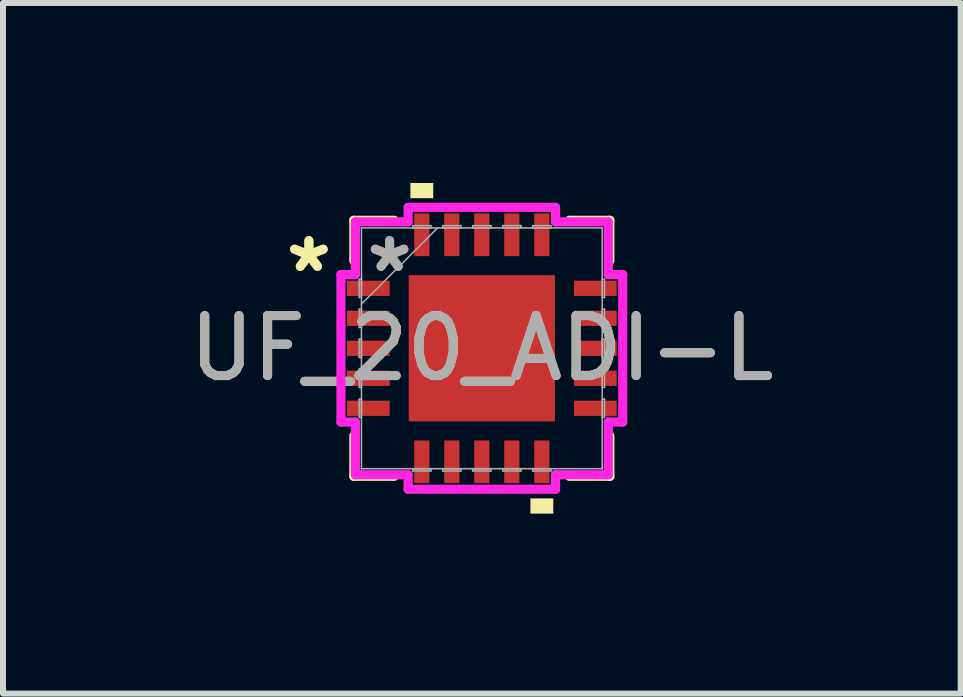
<source format=kicad_pcb>
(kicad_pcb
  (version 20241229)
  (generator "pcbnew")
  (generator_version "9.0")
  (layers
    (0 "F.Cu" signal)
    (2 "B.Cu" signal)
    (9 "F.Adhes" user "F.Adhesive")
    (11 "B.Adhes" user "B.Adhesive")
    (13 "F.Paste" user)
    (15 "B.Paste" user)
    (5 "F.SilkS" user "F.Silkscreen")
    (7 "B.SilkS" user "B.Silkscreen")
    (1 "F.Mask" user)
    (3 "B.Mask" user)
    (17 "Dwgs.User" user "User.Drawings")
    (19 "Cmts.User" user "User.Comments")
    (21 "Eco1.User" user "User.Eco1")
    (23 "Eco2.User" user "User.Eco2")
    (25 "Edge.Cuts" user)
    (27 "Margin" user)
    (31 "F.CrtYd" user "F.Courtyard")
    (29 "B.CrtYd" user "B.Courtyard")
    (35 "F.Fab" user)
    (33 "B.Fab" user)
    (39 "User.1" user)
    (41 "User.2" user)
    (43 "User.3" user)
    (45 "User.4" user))
  (footprint "UF_20_ADI-L"
    (layer "F.Cu")
    (at 4.982 2.756)
    (property "Reference" "UF_20_ADI-L" (at 0 0 0) (unlocked yes) (layer "F.SilkS") (effects (font (size 1 1) (thickness 0.15))))
    (attr smd)
    (fp_line (start -2.134 -2.134) (end -2.134 -1.46) (stroke (width 0.152) (type solid)) (layer "F.SilkS"))
    (fp_line (start -2.134 1.46) (end -2.134 2.134) (stroke (width 0.152) (type solid)) (layer "F.SilkS"))
    (fp_line (start -2.134 2.134) (end -1.46 2.134) (stroke (width 0.152) (type solid)) (layer "F.SilkS"))
    (fp_line (start -1.46 -2.134) (end -2.134 -2.134) (stroke (width 0.152) (type solid)) (layer "F.SilkS"))
    (fp_line (start 1.46 2.134) (end 2.134 2.134) (stroke (width 0.152) (type solid)) (layer "F.SilkS"))
    (fp_line (start 2.134 -2.134) (end 1.46 -2.134) (stroke (width 0.152) (type solid)) (layer "F.SilkS"))
    (fp_line (start 2.134 -1.46) (end 2.134 -2.134) (stroke (width 0.152) (type solid)) (layer "F.SilkS"))
    (fp_line (start 2.134 2.134) (end 2.134 1.46) (stroke (width 0.152) (type solid)) (layer "F.SilkS"))
    (fp_poly (pts (xy -1.191 -2.502) (xy -1.191 -2.756) (xy -0.81 -2.756) (xy -0.81 -2.502)) (stroke (width 0) (type solid)) (fill yes) (layer "F.SilkS"))
    (fp_poly (pts (xy 0.81 2.502) (xy 0.81 2.756) (xy 1.191 2.756) (xy 1.191 2.502)) (stroke (width 0) (type solid)) (fill yes) (layer "F.SilkS"))
    (fp_line (start -2.349 -1.229) (end -2.108 -1.229) (stroke (width 0.152) (type solid)) (layer "F.CrtYd"))
    (fp_line (start -2.349 1.229) (end -2.349 -1.229) (stroke (width 0.152) (type solid)) (layer "F.CrtYd"))
    (fp_line (start -2.108 -2.108) (end -1.229 -2.108) (stroke (width 0.152) (type solid)) (layer "F.CrtYd"))
    (fp_line (start -2.108 -1.229) (end -2.108 -2.108) (stroke (width 0.152) (type solid)) (layer "F.CrtYd"))
    (fp_line (start -2.108 1.229) (end -2.349 1.229) (stroke (width 0.152) (type solid)) (layer "F.CrtYd"))
    (fp_line (start -2.108 2.108) (end -2.108 1.229) (stroke (width 0.152) (type solid)) (layer "F.CrtYd"))
    (fp_line (start -1.229 -2.349) (end 1.229 -2.349) (stroke (width 0.152) (type solid)) (layer "F.CrtYd"))
    (fp_line (start -1.229 -2.108) (end -1.229 -2.349) (stroke (width 0.152) (type solid)) (layer "F.CrtYd"))
    (fp_line (start -1.229 2.108) (end -2.108 2.108) (stroke (width 0.152) (type solid)) (layer "F.CrtYd"))
    (fp_line (start -1.229 2.349) (end -1.229 2.108) (stroke (width 0.152) (type solid)) (layer "F.CrtYd"))
    (fp_line (start 1.229 -2.349) (end 1.229 -2.108) (stroke (width 0.152) (type solid)) (layer "F.CrtYd"))
    (fp_line (start 1.229 -2.108) (end 2.108 -2.108) (stroke (width 0.152) (type solid)) (layer "F.CrtYd"))
    (fp_line (start 1.229 2.108) (end 1.229 2.349) (stroke (width 0.152) (type solid)) (layer "F.CrtYd"))
    (fp_line (start 1.229 2.349) (end -1.229 2.349) (stroke (width 0.152) (type solid)) (layer "F.CrtYd"))
    (fp_line (start 2.108 -2.108) (end 2.108 -1.229) (stroke (width 0.152) (type solid)) (layer "F.CrtYd"))
    (fp_line (start 2.108 -1.229) (end 2.349 -1.229) (stroke (width 0.152) (type solid)) (layer "F.CrtYd"))
    (fp_line (start 2.108 1.229) (end 2.108 2.108) (stroke (width 0.152) (type solid)) (layer "F.CrtYd"))
    (fp_line (start 2.108 2.108) (end 1.229 2.108) (stroke (width 0.152) (type solid)) (layer "F.CrtYd"))
    (fp_line (start 2.349 -1.229) (end 2.349 1.229) (stroke (width 0.152) (type solid)) (layer "F.CrtYd"))
    (fp_line (start 2.349 1.229) (end 2.108 1.229) (stroke (width 0.152) (type solid)) (layer "F.CrtYd"))
    (fp_line (start -2.045 -1.152) (end -2.045 -0.848) (stroke (width 0.025) (type solid)) (layer "F.Fab"))
    (fp_line (start -2.045 -0.848) (end -2.007 -0.848) (stroke (width 0.025) (type solid)) (layer "F.Fab"))
    (fp_line (start -2.045 -0.652) (end -2.045 -0.348) (stroke (width 0.025) (type solid)) (layer "F.Fab"))
    (fp_line (start -2.045 -0.348) (end -2.007 -0.348) (stroke (width 0.025) (type solid)) (layer "F.Fab"))
    (fp_line (start -2.045 -0.152) (end -2.045 0.152) (stroke (width 0.025) (type solid)) (layer "F.Fab"))
    (fp_line (start -2.045 0.152) (end -2.007 0.152) (stroke (width 0.025) (type solid)) (layer "F.Fab"))
    (fp_line (start -2.045 0.348) (end -2.045 0.652) (stroke (width 0.025) (type solid)) (layer "F.Fab"))
    (fp_line (start -2.045 0.652) (end -2.007 0.652) (stroke (width 0.025) (type solid)) (layer "F.Fab"))
    (fp_line (start -2.045 0.848) (end -2.045 1.152) (stroke (width 0.025) (type solid)) (layer "F.Fab"))
    (fp_line (start -2.045 1.152) (end -2.007 1.152) (stroke (width 0.025) (type solid)) (layer "F.Fab"))
    (fp_line (start -2.007 -2.007) (end -2.007 -2.007) (stroke (width 0.025) (type solid)) (layer "F.Fab"))
    (fp_line (start -2.007 -2.007) (end -2.007 2.007) (stroke (width 0.025) (type solid)) (layer "F.Fab"))
    (fp_line (start -2.007 -1.152) (end -2.045 -1.152) (stroke (width 0.025) (type solid)) (layer "F.Fab"))
    (fp_line (start -2.007 -0.848) (end -2.007 -1.152) (stroke (width 0.025) (type solid)) (layer "F.Fab"))
    (fp_line (start -2.007 -0.737) (end -0.737 -2.007) (stroke (width 0.025) (type solid)) (layer "F.Fab"))
    (fp_line (start -2.007 -0.652) (end -2.045 -0.652) (stroke (width 0.025) (type solid)) (layer "F.Fab"))
    (fp_line (start -2.007 -0.348) (end -2.007 -0.652) (stroke (width 0.025) (type solid)) (layer "F.Fab"))
    (fp_line (start -2.007 -0.152) (end -2.045 -0.152) (stroke (width 0.025) (type solid)) (layer "F.Fab"))
    (fp_line (start -2.007 0.152) (end -2.007 -0.152) (stroke (width 0.025) (type solid)) (layer "F.Fab"))
    (fp_line (start -2.007 0.348) (end -2.045 0.348) (stroke (width 0.025) (type solid)) (layer "F.Fab"))
    (fp_line (start -2.007 0.652) (end -2.007 0.348) (stroke (width 0.025) (type solid)) (layer "F.Fab"))
    (fp_line (start -2.007 0.848) (end -2.045 0.848) (stroke (width 0.025) (type solid)) (layer "F.Fab"))
    (fp_line (start -2.007 1.152) (end -2.007 0.848) (stroke (width 0.025) (type solid)) (layer "F.Fab"))
    (fp_line (start -2.007 2.007) (end -2.007 2.007) (stroke (width 0.025) (type solid)) (layer "F.Fab"))
    (fp_line (start -2.007 2.007) (end 2.007 2.007) (stroke (width 0.025) (type solid)) (layer "F.Fab"))
    (fp_line (start -1.152 -2.045) (end -1.152 -2.007) (stroke (width 0.025) (type solid)) (layer "F.Fab"))
    (fp_line (start -1.152 -2.007) (end -0.848 -2.007) (stroke (width 0.025) (type solid)) (layer "F.Fab"))
    (fp_line (start -1.152 2.007) (end -1.152 2.045) (stroke (width 0.025) (type solid)) (layer "F.Fab"))
    (fp_line (start -1.152 2.045) (end -0.848 2.045) (stroke (width 0.025) (type solid)) (layer "F.Fab"))
    (fp_line (start -0.848 -2.045) (end -1.152 -2.045) (stroke (width 0.025) (type solid)) (layer "F.Fab"))
    (fp_line (start -0.848 -2.007) (end -0.848 -2.045) (stroke (width 0.025) (type solid)) (layer "F.Fab"))
    (fp_line (start -0.848 2.007) (end -1.152 2.007) (stroke (width 0.025) (type solid)) (layer "F.Fab"))
    (fp_line (start -0.848 2.045) (end -0.848 2.007) (stroke (width 0.025) (type solid)) (layer "F.Fab"))
    (fp_line (start -0.652 -2.045) (end -0.652 -2.007) (stroke (width 0.025) (type solid)) (layer "F.Fab"))
    (fp_line (start -0.652 -2.007) (end -0.348 -2.007) (stroke (width 0.025) (type solid)) (layer "F.Fab"))
    (fp_line (start -0.652 2.007) (end -0.652 2.045) (stroke (width 0.025) (type solid)) (layer "F.Fab"))
    (fp_line (start -0.652 2.045) (end -0.348 2.045) (stroke (width 0.025) (type solid)) (layer "F.Fab"))
    (fp_line (start -0.348 -2.045) (end -0.652 -2.045) (stroke (width 0.025) (type solid)) (layer "F.Fab"))
    (fp_line (start -0.348 -2.007) (end -0.348 -2.045) (stroke (width 0.025) (type solid)) (layer "F.Fab"))
    (fp_line (start -0.348 2.007) (end -0.652 2.007) (stroke (width 0.025) (type solid)) (layer "F.Fab"))
    (fp_line (start -0.348 2.045) (end -0.348 2.007) (stroke (width 0.025) (type solid)) (layer "F.Fab"))
    (fp_line (start -0.152 -2.045) (end -0.152 -2.007) (stroke (width 0.025) (type solid)) (layer "F.Fab"))
    (fp_line (start -0.152 -2.007) (end 0.152 -2.007) (stroke (width 0.025) (type solid)) (layer "F.Fab"))
    (fp_line (start -0.152 2.007) (end -0.152 2.045) (stroke (width 0.025) (type solid)) (layer "F.Fab"))
    (fp_line (start -0.152 2.045) (end 0.152 2.045) (stroke (width 0.025) (type solid)) (layer "F.Fab"))
    (fp_line (start 0.152 -2.045) (end -0.152 -2.045) (stroke (width 0.025) (type solid)) (layer "F.Fab"))
    (fp_line (start 0.152 -2.007) (end 0.152 -2.045) (stroke (width 0.025) (type solid)) (layer "F.Fab"))
    (fp_line (start 0.152 2.007) (end -0.152 2.007) (stroke (width 0.025) (type solid)) (layer "F.Fab"))
    (fp_line (start 0.152 2.045) (end 0.152 2.007) (stroke (width 0.025) (type solid)) (layer "F.Fab"))
    (fp_line (start 0.348 -2.045) (end 0.348 -2.007) (stroke (width 0.025) (type solid)) (layer "F.Fab"))
    (fp_line (start 0.348 -2.007) (end 0.652 -2.007) (stroke (width 0.025) (type solid)) (layer "F.Fab"))
    (fp_line (start 0.348 2.007) (end 0.348 2.045) (stroke (width 0.025) (type solid)) (layer "F.Fab"))
    (fp_line (start 0.348 2.045) (end 0.652 2.045) (stroke (width 0.025) (type solid)) (layer "F.Fab"))
    (fp_line (start 0.652 -2.045) (end 0.348 -2.045) (stroke (width 0.025) (type solid)) (layer "F.Fab"))
    (fp_line (start 0.652 -2.007) (end 0.652 -2.045) (stroke (width 0.025) (type solid)) (layer "F.Fab"))
    (fp_line (start 0.652 2.007) (end 0.348 2.007) (stroke (width 0.025) (type solid)) (layer "F.Fab"))
    (fp_line (start 0.652 2.045) (end 0.652 2.007) (stroke (width 0.025) (type solid)) (layer "F.Fab"))
    (fp_line (start 0.848 -2.045) (end 0.848 -2.007) (stroke (width 0.025) (type solid)) (layer "F.Fab"))
    (fp_line (start 0.848 -2.007) (end 1.152 -2.007) (stroke (width 0.025) (type solid)) (layer "F.Fab"))
    (fp_line (start 0.848 2.007) (end 0.848 2.045) (stroke (width 0.025) (type solid)) (layer "F.Fab"))
    (fp_line (start 0.848 2.045) (end 1.152 2.045) (stroke (width 0.025) (type solid)) (layer "F.Fab"))
    (fp_line (start 1.152 -2.045) (end 0.848 -2.045) (stroke (width 0.025) (type solid)) (layer "F.Fab"))
    (fp_line (start 1.152 -2.007) (end 1.152 -2.045) (stroke (width 0.025) (type solid)) (layer "F.Fab"))
    (fp_line (start 1.152 2.007) (end 0.848 2.007) (stroke (width 0.025) (type solid)) (layer "F.Fab"))
    (fp_line (start 1.152 2.045) (end 1.152 2.007) (stroke (width 0.025) (type solid)) (layer "F.Fab"))
    (fp_line (start 2.007 -2.007) (end -2.007 -2.007) (stroke (width 0.025) (type solid)) (layer "F.Fab"))
    (fp_line (start 2.007 -2.007) (end 2.007 -2.007) (stroke (width 0.025) (type solid)) (layer "F.Fab"))
    (fp_line (start 2.007 -1.152) (end 2.007 -0.848) (stroke (width 0.025) (type solid)) (layer "F.Fab"))
    (fp_line (start 2.007 -0.848) (end 2.045 -0.848) (stroke (width 0.025) (type solid)) (layer "F.Fab"))
    (fp_line (start 2.007 -0.652) (end 2.007 -0.348) (stroke (width 0.025) (type solid)) (layer "F.Fab"))
    (fp_line (start 2.007 -0.348) (end 2.045 -0.348) (stroke (width 0.025) (type solid)) (layer "F.Fab"))
    (fp_line (start 2.007 -0.152) (end 2.007 0.152) (stroke (width 0.025) (type solid)) (layer "F.Fab"))
    (fp_line (start 2.007 0.152) (end 2.045 0.152) (stroke (width 0.025) (type solid)) (layer "F.Fab"))
    (fp_line (start 2.007 0.348) (end 2.007 0.652) (stroke (width 0.025) (type solid)) (layer "F.Fab"))
    (fp_line (start 2.007 0.652) (end 2.045 0.652) (stroke (width 0.025) (type solid)) (layer "F.Fab"))
    (fp_line (start 2.007 0.848) (end 2.007 1.152) (stroke (width 0.025) (type solid)) (layer "F.Fab"))
    (fp_line (start 2.007 1.152) (end 2.045 1.152) (stroke (width 0.025) (type solid)) (layer "F.Fab"))
    (fp_line (start 2.007 2.007) (end 2.007 -2.007) (stroke (width 0.025) (type solid)) (layer "F.Fab"))
    (fp_line (start 2.007 2.007) (end 2.007 2.007) (stroke (width 0.025) (type solid)) (layer "F.Fab"))
    (fp_line (start 2.045 -1.152) (end 2.007 -1.152) (stroke (width 0.025) (type solid)) (layer "F.Fab"))
    (fp_line (start 2.045 -0.848) (end 2.045 -1.152) (stroke (width 0.025) (type solid)) (layer "F.Fab"))
    (fp_line (start 2.045 -0.652) (end 2.007 -0.652) (stroke (width 0.025) (type solid)) (layer "F.Fab"))
    (fp_line (start 2.045 -0.348) (end 2.045 -0.652) (stroke (width 0.025) (type solid)) (layer "F.Fab"))
    (fp_line (start 2.045 -0.152) (end 2.007 -0.152) (stroke (width 0.025) (type solid)) (layer "F.Fab"))
    (fp_line (start 2.045 0.152) (end 2.045 -0.152) (stroke (width 0.025) (type solid)) (layer "F.Fab"))
    (fp_line (start 2.045 0.348) (end 2.007 0.348) (stroke (width 0.025) (type solid)) (layer "F.Fab"))
    (fp_line (start 2.045 0.652) (end 2.045 0.348) (stroke (width 0.025) (type solid)) (layer "F.Fab"))
    (fp_line (start 2.045 0.848) (end 2.007 0.848) (stroke (width 0.025) (type solid)) (layer "F.Fab"))
    (fp_line (start 2.045 1.152) (end 2.045 0.848) (stroke (width 0.025) (type solid)) (layer "F.Fab"))
    (fp_text user "*" (at -2.883 -1.25 0) (unlocked yes) (layer "F.SilkS") (effects (font (size 1 1) (thickness 0.15))))
    (fp_text user "*" (at -2.883 -1.25 0) (layer "F.SilkS") (effects (font (size 1 1) (thickness 0.15))))
    (fp_text user "${REFERENCE}" (at 0 0 0) (unlocked yes) (layer "F.Fab") (effects (font (size 1 1) (thickness 0.15))))
    (fp_text user "*" (at -1.537 -1.25 0) (unlocked yes) (layer "F.Fab") (effects (font (size 1 1) (thickness 0.15))))
    (fp_text user "*" (at -1.537 -1.25 0) (layer "F.Fab") (effects (font (size 1 1) (thickness 0.15))))
    (pad "1" smd rect (at -1.892 -1 90) (size 0.254 0.711) (layers "F.Cu" "F.Mask" "F.Paste"))
    (pad "2" smd rect (at -1.892 -0.5 90) (size 0.254 0.711) (layers "F.Cu" "F.Mask" "F.Paste"))
    (pad "3" smd rect (at -1.892 0 90) (size 0.254 0.711) (layers "F.Cu" "F.Mask" "F.Paste"))
    (pad "4" smd rect (at -1.892 0.5 90) (size 0.254 0.711) (layers "F.Cu" "F.Mask" "F.Paste"))
    (pad "5" smd rect (at -1.892 1 90) (size 0.254 0.711) (layers "F.Cu" "F.Mask" "F.Paste"))
    (pad "6" smd rect (at -1 1.892) (size 0.254 0.711) (layers "F.Cu" "F.Mask" "F.Paste"))
    (pad "7" smd rect (at -0.5 1.892) (size 0.254 0.711) (layers "F.Cu" "F.Mask" "F.Paste"))
    (pad "8" smd rect (at 0 1.892) (size 0.254 0.711) (layers "F.Cu" "F.Mask" "F.Paste"))
    (pad "9" smd rect (at 0.5 1.892) (size 0.254 0.711) (layers "F.Cu" "F.Mask" "F.Paste"))
    (pad "10" smd rect (at 1 1.892) (size 0.254 0.711) (layers "F.Cu" "F.Mask" "F.Paste"))
    (pad "11" smd rect (at 1.892 1 90) (size 0.254 0.711) (layers "F.Cu" "F.Mask" "F.Paste"))
    (pad "12" smd rect (at 1.892 0.5 90) (size 0.254 0.711) (layers "F.Cu" "F.Mask" "F.Paste"))
    (pad "13" smd rect (at 1.892 0 90) (size 0.254 0.711) (layers "F.Cu" "F.Mask" "F.Paste"))
    (pad "14" smd rect (at 1.892 -0.5 90) (size 0.254 0.711) (layers "F.Cu" "F.Mask" "F.Paste"))
    (pad "15" smd rect (at 1.892 -1 90) (size 0.254 0.711) (layers "F.Cu" "F.Mask" "F.Paste"))
    (pad "16" smd rect (at 1 -1.892) (size 0.254 0.711) (layers "F.Cu" "F.Mask" "F.Paste"))
    (pad "17" smd rect (at 0.5 -1.892) (size 0.254 0.711) (layers "F.Cu" "F.Mask" "F.Paste"))
    (pad "18" smd rect (at 0 -1.892) (size 0.254 0.711) (layers "F.Cu" "F.Mask" "F.Paste"))
    (pad "19" smd rect (at -0.5 -1.892) (size 0.254 0.711) (layers "F.Cu" "F.Mask" "F.Paste"))
    (pad "20" smd rect (at -1 -1.892) (size 0.254 0.711) (layers "F.Cu" "F.Mask" "F.Paste"))
    (pad "21" smd rect (at 0 0) (size 2.438 2.438) (layers "F.Cu" "F.Mask" "F.Paste")))
  (gr_rect
    (start -3 -3)
    (end 12.964 8.512)
    (stroke (width 0.1) (type default))
    (fill no)
    (layer "Edge.Cuts")))
</source>
